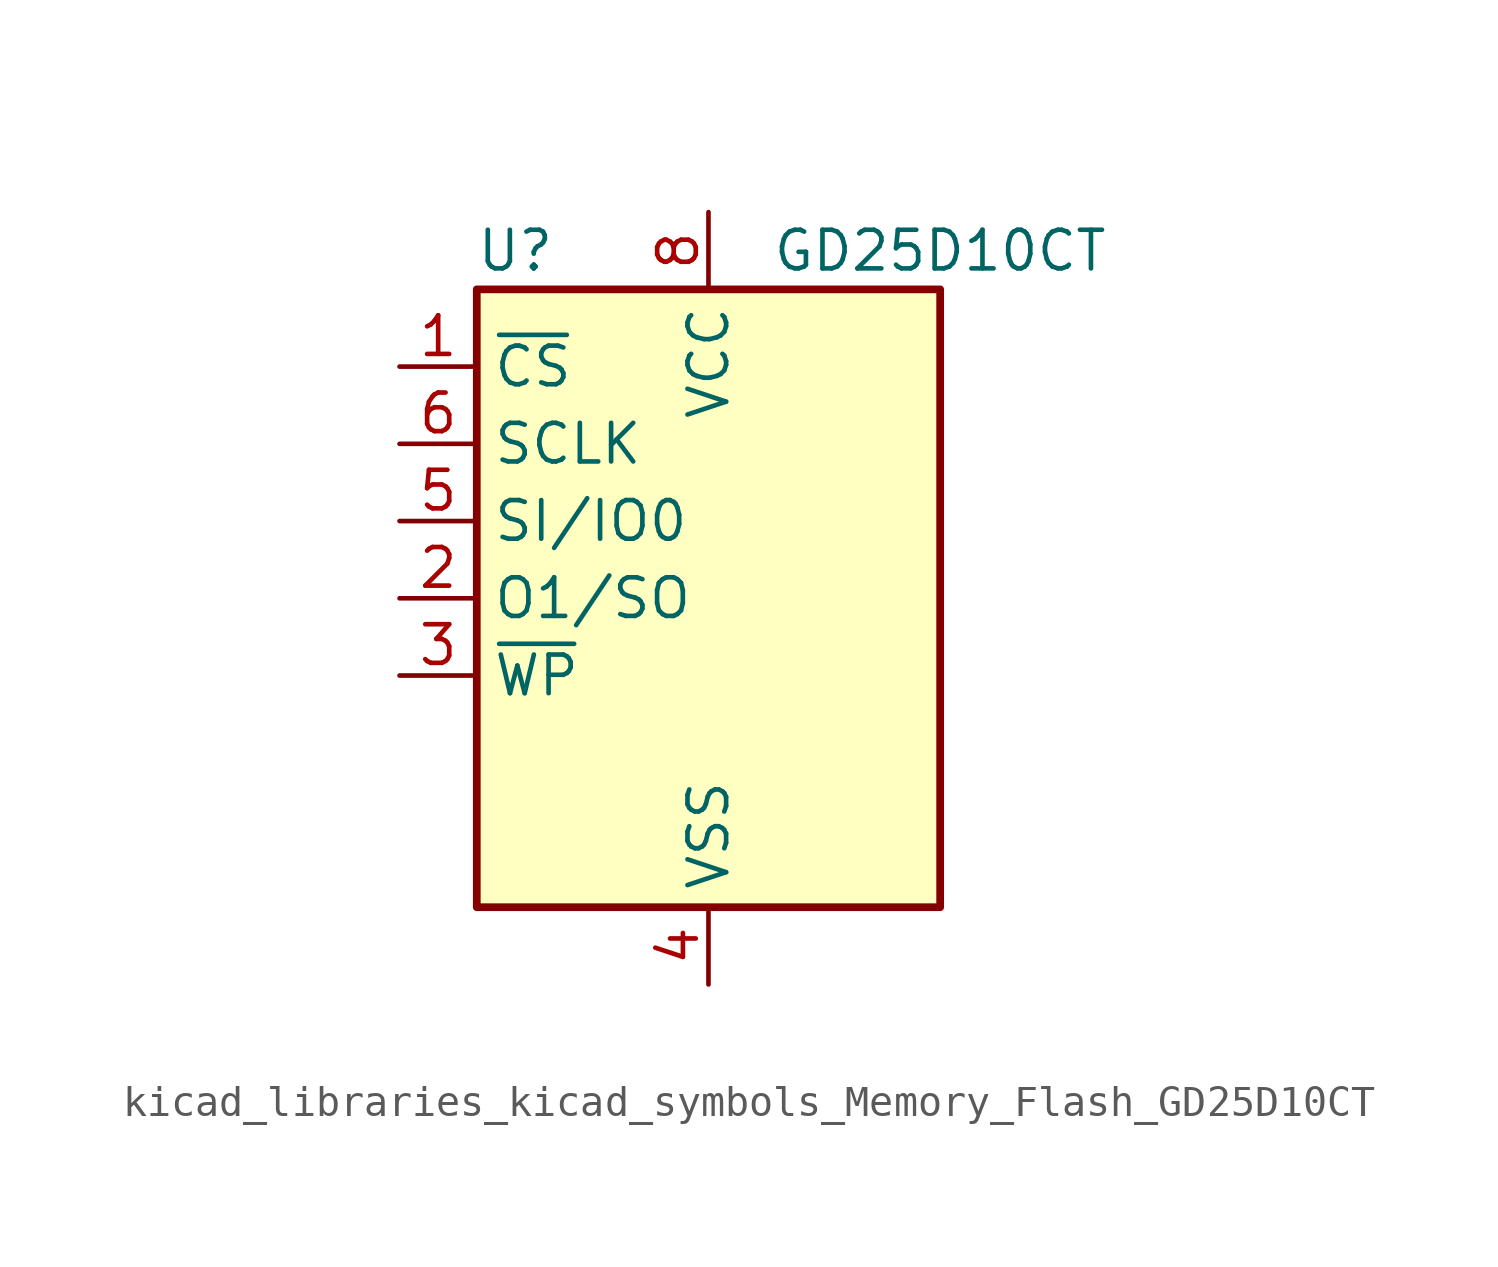
<source format=kicad_sym>
(kicad_symbol_lib
  (version 20220914)
  (generator kicad_symbol_editor)
  (symbol "kicad_libraries_kicad_symbols_Memory_Flash_GD25D10CT"
    (property "Reference" "U"
      (at -6.35 11.43 0)
      (effects (font (size 1.27 1.27))))
    (property "Value" "GD25D10CT"
      (at 7.62 11.43 0)
      (effects (font (size 1.27 1.27))))
    (symbol "kicad_libraries_kicad_symbols_Memory_Flash_GD25D10CT_0_1"
      (rectangle (start -7.62 10.16) (end 7.62 -10.16) (stroke (width 0.254) (type default)) (fill (type background))))
    (symbol "kicad_libraries_kicad_symbols_Memory_Flash_GD25D10CT_1_1"
      (pin input line (at -10.16 7.62 0) (length 2.54) (name "~{CS}" (effects (font (size 1.27 1.27)))) (number "1" (effects (font (size 1.27 1.27)))))
      (pin output line (at -10.16 0 0) (length 2.54) (name "O1/SO" (effects (font (size 1.27 1.27)))) (number "2" (effects (font (size 1.27 1.27)))))
      (pin input line (at -10.16 -2.54 0) (length 2.54) (name "~{WP}" (effects (font (size 1.27 1.27)))) (number "3" (effects (font (size 1.27 1.27)))))
      (pin power_in line (at 0 -12.7 90) (length 2.54) (name "VSS" (effects (font (size 1.27 1.27)))) (number "4" (effects (font (size 1.27 1.27)))))
      (pin bidirectional line (at -10.16 2.54 0) (length 2.54) (name "SI/IO0" (effects (font (size 1.27 1.27)))) (number "5" (effects (font (size 1.27 1.27)))))
      (pin input line (at -10.16 5.08 0) (length 2.54) (name "SCLK" (effects (font (size 1.27 1.27)))) (number "6" (effects (font (size 1.27 1.27)))))
      (pin no_connect line (at -7.62 -5.08 0) (length 2.54) hide (name "NC" (effects (font (size 1.27 1.27)))) (number "7" (effects (font (size 1.27 1.27)))))
      (pin power_in line (at 0 12.7 270) (length 2.54) (name "VCC" (effects (font (size 1.27 1.27)))) (number "8" (effects (font (size 1.27 1.27))))))))
</source>
